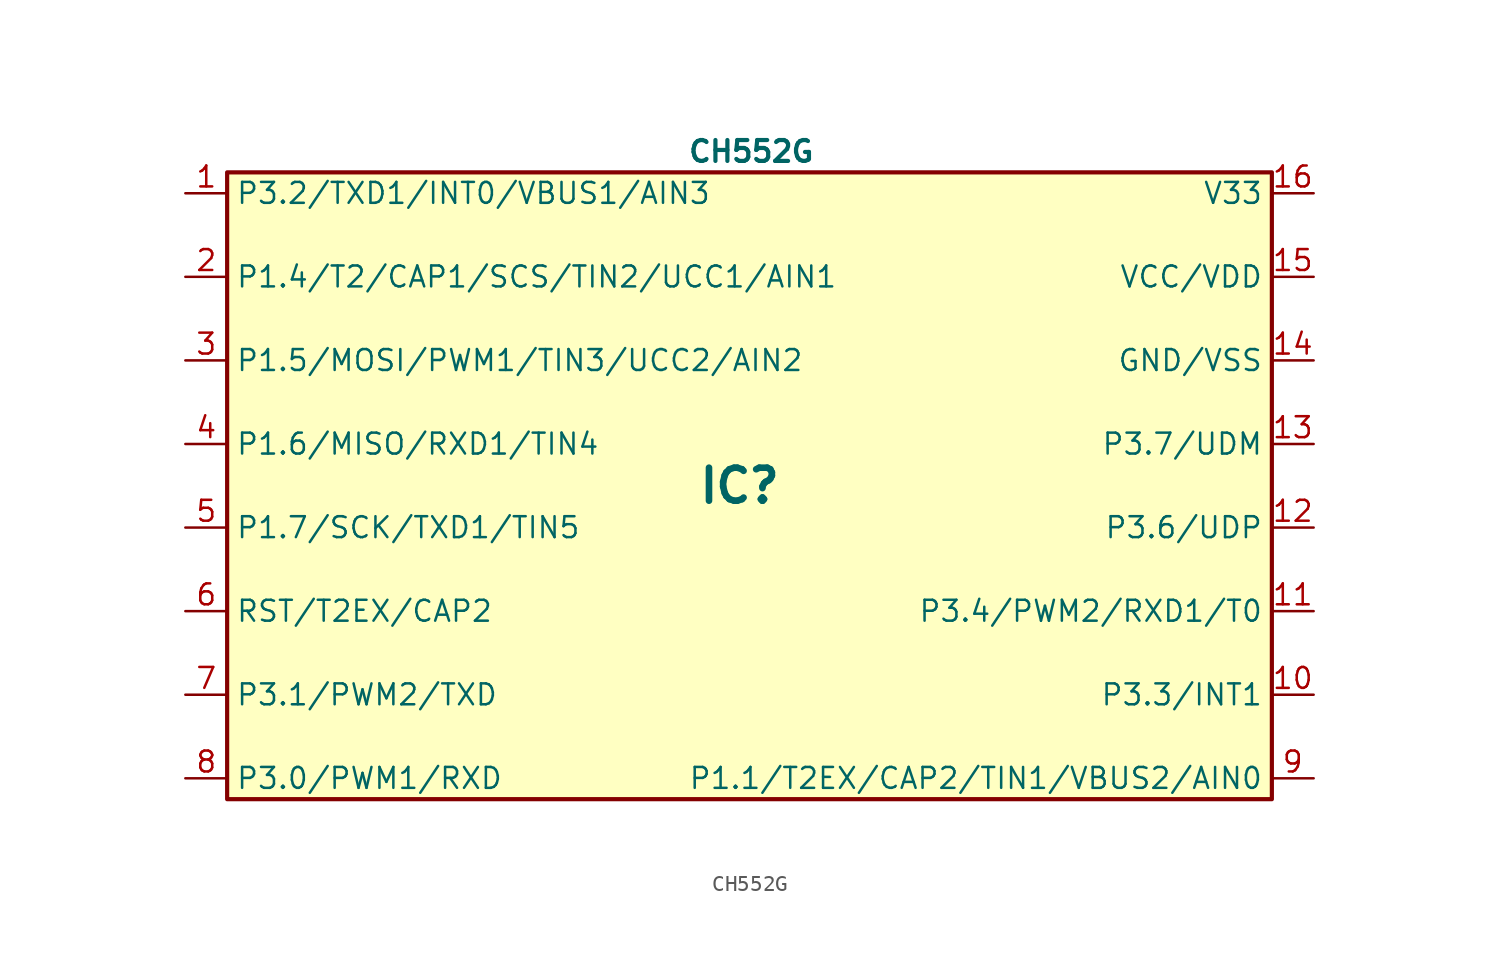
<source format=kicad_sym>
(kicad_symbol_lib
  (version 20220914)
  (generator kicad_symbol_editor)
  (symbol "CH552G"
    (property "Reference" "IC"
      (at 2.007 -6.35 0)
      (effects (font (size 2.007 2.007) bold) (justify right)))
    (property "Value" "CH552G"
      (at -3.81 13.97 0)
      (effects (font (size 1.27 1.27) bold) (justify left)))
    (symbol "CH552G_0_1"
      (rectangle (start -31.75 12.7) (end 31.75 -25.4) (stroke (width 0.254) (type solid)) (fill (type background))))
    (symbol "CH552G_1_1"
      (pin bidirectional line (at -34.29 11.43 0) (length 2.54) (name "P3.2/TXD1/INT0/VBUS1/AIN3" (effects (font (size 1.27 1.27)))) (number "1" (effects (font (size 1.27 1.27)))))
      (pin bidirectional line (at 34.29 -19.05 180) (length 2.54) (name "P3.3/INT1" (effects (font (size 1.27 1.27)))) (number "10" (effects (font (size 1.27 1.27)))))
      (pin bidirectional line (at 34.29 -13.97 180) (length 2.54) (name "P3.4/PWM2/RXD1/T0" (effects (font (size 1.27 1.27)))) (number "11" (effects (font (size 1.27 1.27)))))
      (pin bidirectional line (at 34.29 -8.89 180) (length 2.54) (name "P3.6/UDP" (effects (font (size 1.27 1.27)))) (number "12" (effects (font (size 1.27 1.27)))))
      (pin bidirectional line (at 34.29 -3.81 180) (length 2.54) (name "P3.7/UDM" (effects (font (size 1.27 1.27)))) (number "13" (effects (font (size 1.27 1.27)))))
      (pin power_in line (at 34.29 1.27 180) (length 2.54) (name "GND/VSS" (effects (font (size 1.27 1.27)))) (number "14" (effects (font (size 1.27 1.27)))))
      (pin power_in line (at 34.29 6.35 180) (length 2.54) (name "VCC/VDD" (effects (font (size 1.27 1.27)))) (number "15" (effects (font (size 1.27 1.27)))))
      (pin power_in line (at 34.29 11.43 180) (length 2.54) (name "V33" (effects (font (size 1.27 1.27)))) (number "16" (effects (font (size 1.27 1.27)))))
      (pin bidirectional line (at -34.29 6.35 0) (length 2.54) (name "P1.4/T2/CAP1/SCS/TIN2/UCC1/AIN1" (effects (font (size 1.27 1.27)))) (number "2" (effects (font (size 1.27 1.27)))))
      (pin bidirectional line (at -34.29 1.27 0) (length 2.54) (name "P1.5/MOSI/PWM1/TIN3/UCC2/AIN2" (effects (font (size 1.27 1.27)))) (number "3" (effects (font (size 1.27 1.27)))))
      (pin bidirectional line (at -34.29 -3.81 0) (length 2.54) (name "P1.6/MISO/RXD1/TIN4" (effects (font (size 1.27 1.27)))) (number "4" (effects (font (size 1.27 1.27)))))
      (pin bidirectional line (at -34.29 -8.89 0) (length 2.54) (name "P1.7/SCK/TXD1/TIN5" (effects (font (size 1.27 1.27)))) (number "5" (effects (font (size 1.27 1.27)))))
      (pin bidirectional line (at -34.29 -13.97 0) (length 2.54) (name "RST/T2EX/CAP2" (effects (font (size 1.27 1.27)))) (number "6" (effects (font (size 1.27 1.27)))))
      (pin bidirectional line (at -34.29 -19.05 0) (length 2.54) (name "P3.1/PWM2/TXD" (effects (font (size 1.27 1.27)))) (number "7" (effects (font (size 1.27 1.27)))))
      (pin bidirectional line (at -34.29 -24.13 0) (length 2.54) (name "P3.0/PWM1/RXD" (effects (font (size 1.27 1.27)))) (number "8" (effects (font (size 1.27 1.27)))))
      (pin bidirectional line (at 34.29 -24.13 180) (length 2.54) (name "P1.1/T2EX/CAP2/TIN1/VBUS2/AIN0" (effects (font (size 1.27 1.27)))) (number "9" (effects (font (size 1.27 1.27))))))))
</source>
